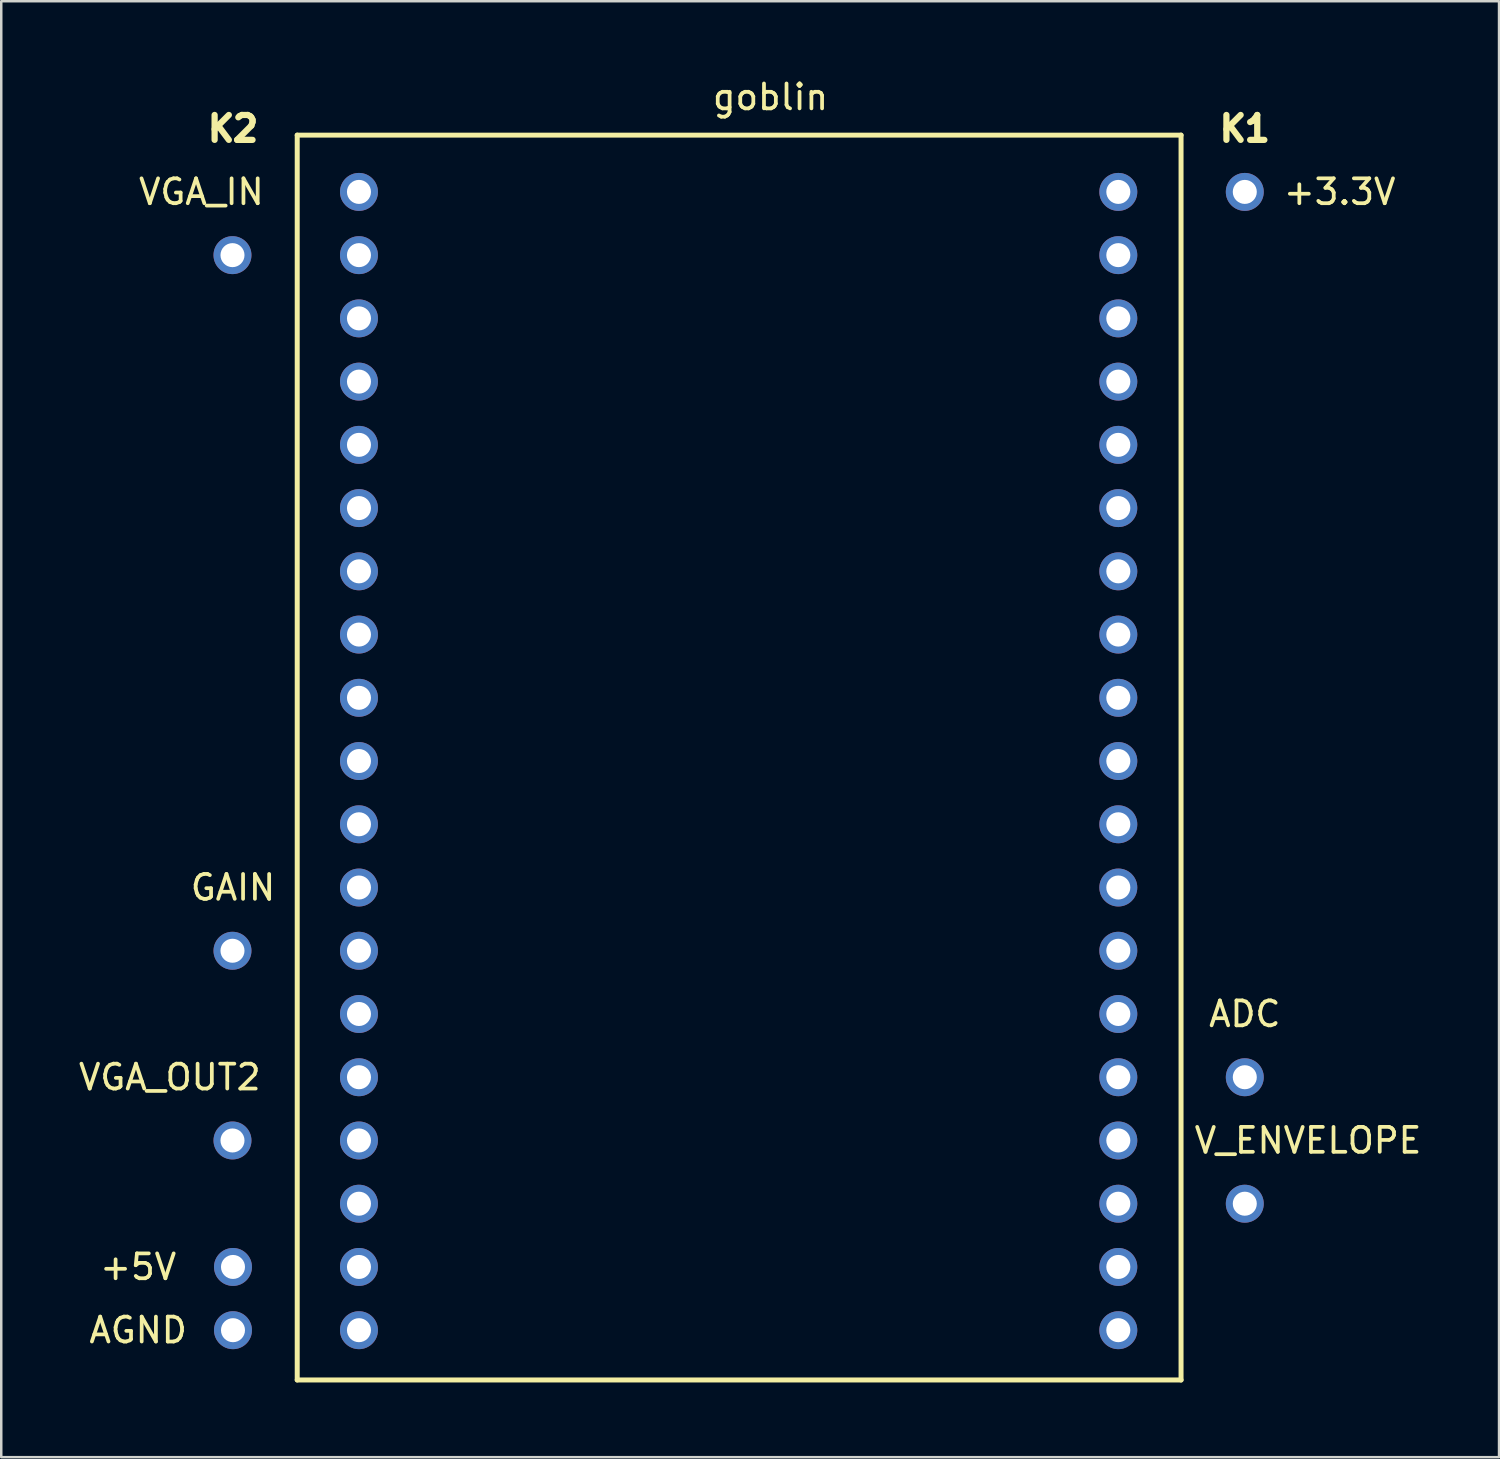
<source format=kicad_pcb>
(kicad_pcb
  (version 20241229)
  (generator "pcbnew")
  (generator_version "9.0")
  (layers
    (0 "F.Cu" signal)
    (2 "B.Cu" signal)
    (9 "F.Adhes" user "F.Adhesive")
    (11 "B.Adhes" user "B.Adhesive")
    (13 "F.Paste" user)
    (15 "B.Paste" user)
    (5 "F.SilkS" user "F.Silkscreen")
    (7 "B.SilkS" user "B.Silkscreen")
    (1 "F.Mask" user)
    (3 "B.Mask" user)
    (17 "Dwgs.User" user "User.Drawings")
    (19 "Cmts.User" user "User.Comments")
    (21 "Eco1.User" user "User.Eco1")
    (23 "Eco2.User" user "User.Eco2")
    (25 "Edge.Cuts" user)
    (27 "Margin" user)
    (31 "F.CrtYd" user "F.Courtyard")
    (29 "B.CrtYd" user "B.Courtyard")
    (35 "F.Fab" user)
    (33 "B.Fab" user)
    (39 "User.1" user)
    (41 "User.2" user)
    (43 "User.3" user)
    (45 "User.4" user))
  (footprint "goblin"
    (layer "F.Cu")
    (at 11.388 50.378)
    (property "Reference" "goblin" (at 16.51 -49.53 0) (layer "F.SilkS") (effects (font (size 1 1) (thickness 0.15))))
    (attr through_hole)
    (fp_line (start -2.5 -48) (end -2.5 2) (stroke (width 0.2) (type solid)) (layer "F.SilkS"))
    (fp_line (start -2.5 2) (end 33 2) (stroke (width 0.2) (type solid)) (layer "F.SilkS"))
    (fp_line (start 33 -48) (end -2.5 -48) (stroke (width 0.2) (type solid)) (layer "F.SilkS"))
    (fp_line (start 33 2) (end 33 -48) (stroke (width 0.2) (type solid)) (layer "F.SilkS"))
    (fp_text user "ADC" (at 35.56 -12.7 0) (layer "F.SilkS") (effects (font (size 1 1) (thickness 0.15))))
    (fp_text user "V_ENVELOPE" (at 38.1 -7.62 0) (layer "F.SilkS") (effects (font (size 1 1) (thickness 0.15))))
    (fp_text user "VGA_OUT2" (at -7.62 -10.16 0) (layer "F.SilkS") (effects (font (size 1 1) (thickness 0.15))))
    (fp_text user "+5V" (at -8.89 -2.54 0) (layer "F.SilkS") (effects (font (size 1 1) (thickness 0.15))))
    (fp_text user "GAIN" (at -5.08 -17.78 0) (layer "F.SilkS") (effects (font (size 1 1) (thickness 0.15))))
    (fp_text user "K2" (at -5.08 -48.26 0) (layer "F.SilkS") (effects (font (size 1 1) (thickness 0.25))))
    (fp_text user "VGA_IN" (at -6.35 -45.72 0) (layer "F.SilkS") (effects (font (size 1 1) (thickness 0.15))))
    (fp_text user "AGND" (at -8.89 0 0) (layer "F.SilkS") (effects (font (size 1 1) (thickness 0.15))))
    (fp_text user "+3.3V" (at 39.37 -45.72 0) (layer "F.SilkS") (effects (font (size 1 1) (thickness 0.15))))
    (fp_text user "K1" (at 35.56 -48.26 0) (layer "F.SilkS") (effects (font (size 1 1) (thickness 0.25))))
    (pad "1" thru_hole circle (at -5.08 0) (size 1.524 1.524) (drill 0.965) (layers "*.Cu" "*.Mask"))
    (pad "1" thru_hole circle (at -0.02 0 180) (size 1.524 1.524) (drill 0.965) (layers "*.Cu" "*.Mask"))
    (pad "1" thru_hole circle (at 30.48 0 180) (size 1.524 1.524) (drill 0.965) (layers "*.Cu" "*.Mask"))
    (pad "2" thru_hole circle (at -5.08 -2.54) (size 1.524 1.524) (drill 0.965) (layers "*.Cu" "*.Mask"))
    (pad "2" thru_hole circle (at -0.02 -2.54 180) (size 1.524 1.524) (drill 0.965) (layers "*.Cu" "*.Mask"))
    (pad "2" thru_hole circle (at 30.48 -2.54 180) (size 1.524 1.524) (drill 0.965) (layers "*.Cu" "*.Mask"))
    (pad "3" thru_hole circle (at -0.02 -5.08 180) (size 1.524 1.524) (drill 0.965) (layers "*.Cu" "*.Mask"))
    (pad "3" thru_hole circle (at 30.48 -5.08 180) (size 1.524 1.524) (drill 0.965) (layers "*.Cu" "*.Mask"))
    (pad "3" thru_hole circle (at 35.56 -5.08 180) (size 1.524 1.524) (drill 0.965) (layers "*.Cu" "*.Mask"))
    (pad "4" thru_hole circle (at -5.1 -7.62 180) (size 1.524 1.524) (drill 0.965) (layers "*.Cu" "*.Mask"))
    (pad "4" thru_hole circle (at -0.02 -7.62 180) (size 1.524 1.524) (drill 0.965) (layers "*.Cu" "*.Mask"))
    (pad "4" thru_hole circle (at 30.48 -7.62 180) (size 1.524 1.524) (drill 0.965) (layers "*.Cu" "*.Mask"))
    (pad "5" thru_hole circle (at -0.02 -10.16 180) (size 1.524 1.524) (drill 0.965) (layers "*.Cu" "*.Mask"))
    (pad "5" thru_hole circle (at 30.48 -10.16 180) (size 1.524 1.524) (drill 0.965) (layers "*.Cu" "*.Mask"))
    (pad "5" thru_hole circle (at 35.56 -10.16 180) (size 1.524 1.524) (drill 0.965) (layers "*.Cu" "*.Mask"))
    (pad "6" thru_hole circle (at -0.02 -12.7 180) (size 1.524 1.524) (drill 0.965) (layers "*.Cu" "*.Mask"))
    (pad "6" thru_hole circle (at 30.48 -12.7 180) (size 1.524 1.524) (drill 0.965) (layers "*.Cu" "*.Mask"))
    (pad "7" thru_hole circle (at -5.1 -15.24 180) (size 1.524 1.524) (drill 0.965) (layers "*.Cu" "*.Mask"))
    (pad "7" thru_hole circle (at -0.02 -15.24 180) (size 1.524 1.524) (drill 0.965) (layers "*.Cu" "*.Mask"))
    (pad "7" thru_hole circle (at 30.48 -15.24 180) (size 1.524 1.524) (drill 0.965) (layers "*.Cu" "*.Mask"))
    (pad "8" thru_hole circle (at -0.02 -17.78 180) (size 1.524 1.524) (drill 0.965) (layers "*.Cu" "*.Mask"))
    (pad "8" thru_hole circle (at 30.48 -17.78 180) (size 1.524 1.524) (drill 0.965) (layers "*.Cu" "*.Mask"))
    (pad "9" thru_hole circle (at -0.02 -20.32 180) (size 1.524 1.524) (drill 0.965) (layers "*.Cu" "*.Mask"))
    (pad "9" thru_hole circle (at 30.48 -20.32 180) (size 1.524 1.524) (drill 0.965) (layers "*.Cu" "*.Mask"))
    (pad "10" thru_hole circle (at -0.02 -22.86 180) (size 1.524 1.524) (drill 0.965) (layers "*.Cu" "*.Mask"))
    (pad "10" thru_hole circle (at 30.48 -22.86 180) (size 1.524 1.524) (drill 0.965) (layers "*.Cu" "*.Mask"))
    (pad "11" thru_hole circle (at -0.02 -25.4 180) (size 1.524 1.524) (drill 0.965) (layers "*.Cu" "*.Mask"))
    (pad "11" thru_hole circle (at 30.48 -25.4 180) (size 1.524 1.524) (drill 0.965) (layers "*.Cu" "*.Mask"))
    (pad "12" thru_hole circle (at -0.02 -27.94 180) (size 1.524 1.524) (drill 0.965) (layers "*.Cu" "*.Mask"))
    (pad "12" thru_hole circle (at 30.48 -27.94 180) (size 1.524 1.524) (drill 0.965) (layers "*.Cu" "*.Mask"))
    (pad "13" thru_hole circle (at -0.02 -30.48 180) (size 1.524 1.524) (drill 0.965) (layers "*.Cu" "*.Mask"))
    (pad "13" thru_hole circle (at 30.48 -30.48 180) (size 1.524 1.524) (drill 0.965) (layers "*.Cu" "*.Mask"))
    (pad "14" thru_hole circle (at -0.02 -33.02 180) (size 1.524 1.524) (drill 0.965) (layers "*.Cu" "*.Mask"))
    (pad "14" thru_hole circle (at 30.48 -33.02 180) (size 1.524 1.524) (drill 0.965) (layers "*.Cu" "*.Mask"))
    (pad "15" thru_hole circle (at -0.02 -35.56 180) (size 1.524 1.524) (drill 0.965) (layers "*.Cu" "*.Mask"))
    (pad "15" thru_hole circle (at 30.48 -35.56 180) (size 1.524 1.524) (drill 0.965) (layers "*.Cu" "*.Mask"))
    (pad "16" thru_hole circle (at -0.02 -38.1 180) (size 1.524 1.524) (drill 0.965) (layers "*.Cu" "*.Mask"))
    (pad "16" thru_hole circle (at 30.48 -38.1 180) (size 1.524 1.524) (drill 0.965) (layers "*.Cu" "*.Mask"))
    (pad "17" thru_hole circle (at -0.02 -40.64 180) (size 1.524 1.524) (drill 0.965) (layers "*.Cu" "*.Mask"))
    (pad "17" thru_hole circle (at 30.48 -40.64 180) (size 1.524 1.524) (drill 0.965) (layers "*.Cu" "*.Mask"))
    (pad "18" thru_hole circle (at -5.1 -43.18 180) (size 1.524 1.524) (drill 0.965) (layers "*.Cu" "*.Mask"))
    (pad "18" thru_hole circle (at -0.02 -43.18 180) (size 1.524 1.524) (drill 0.965) (layers "*.Cu" "*.Mask"))
    (pad "18" thru_hole circle (at 30.48 -43.18 180) (size 1.524 1.524) (drill 0.965) (layers "*.Cu" "*.Mask"))
    (pad "19" thru_hole circle (at -0.02 -45.72 180) (size 1.524 1.524) (drill 0.965) (layers "*.Cu" "*.Mask"))
    (pad "19" thru_hole circle (at 30.48 -45.72 180) (size 1.524 1.524) (drill 0.965) (layers "*.Cu" "*.Mask"))
    (pad "19" thru_hole circle (at 35.56 -45.72) (size 1.524 1.524) (drill 0.965) (layers "*.Cu" "*.Mask")))
  (gr_rect
    (start -3 -3)
    (end 57.16 55.478)
    (stroke (width 0.1) (type default))
    (fill no)
    (layer "Edge.Cuts")))
</source>
